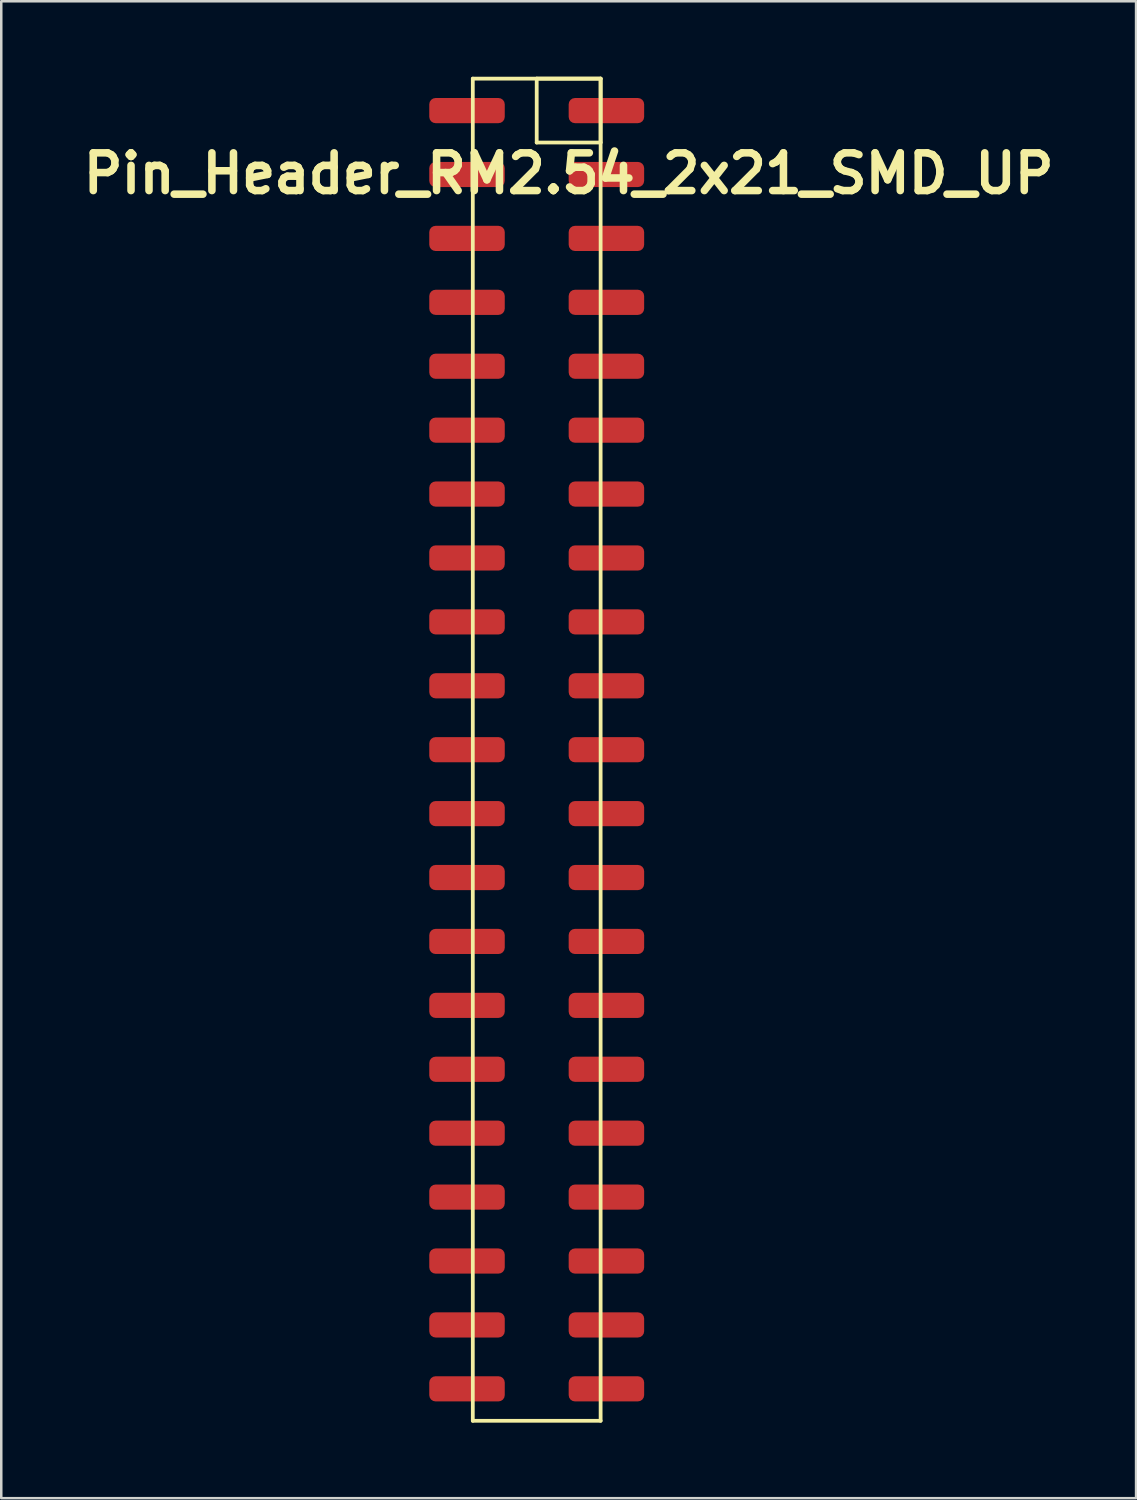
<source format=kicad_pcb>
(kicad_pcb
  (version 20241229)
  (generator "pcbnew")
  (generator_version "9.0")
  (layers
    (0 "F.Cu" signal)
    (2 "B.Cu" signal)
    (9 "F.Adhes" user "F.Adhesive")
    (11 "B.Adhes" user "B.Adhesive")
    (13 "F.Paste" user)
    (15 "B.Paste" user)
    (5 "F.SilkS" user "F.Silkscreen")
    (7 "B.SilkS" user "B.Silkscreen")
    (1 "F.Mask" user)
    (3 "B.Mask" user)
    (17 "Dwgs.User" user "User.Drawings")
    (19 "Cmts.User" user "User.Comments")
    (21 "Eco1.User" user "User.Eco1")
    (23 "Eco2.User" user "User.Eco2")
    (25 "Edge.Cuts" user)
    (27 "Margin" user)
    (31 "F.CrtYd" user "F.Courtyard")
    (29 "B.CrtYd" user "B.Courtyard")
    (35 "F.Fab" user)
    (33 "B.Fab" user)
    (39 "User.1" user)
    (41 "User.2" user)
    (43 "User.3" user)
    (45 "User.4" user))
  (footprint "Pin_Header_RM2.54_2x21_SMD_UP"
    (layer "F.Cu")
    (at 19.55 1.345)
    (property "Reference" "Pin_Header_RM2.54_2x21_SMD_UP" (at 0 2.5 0) (layer "F.SilkS") (effects (font (size 1.5 1.5) (thickness 0.3))))
    (attr through_hole)
    (fp_line (start -3.81 -1.27) (end 1.27 -1.27) (stroke (width 0.15) (type solid)) (layer "F.SilkS"))
    (fp_line (start -3.81 52.07) (end -3.81 -1.27) (stroke (width 0.15) (type solid)) (layer "F.SilkS"))
    (fp_line (start -1.27 -1.27) (end 1.27 -1.27) (stroke (width 0.15) (type solid)) (layer "F.SilkS"))
    (fp_line (start -1.27 1.27) (end -1.27 -1.27) (stroke (width 0.15) (type solid)) (layer "F.SilkS"))
    (fp_line (start 1.27 -1.27) (end 1.27 1.27) (stroke (width 0.15) (type solid)) (layer "F.SilkS"))
    (fp_line (start 1.27 -1.27) (end 1.27 52.07) (stroke (width 0.15) (type solid)) (layer "F.SilkS"))
    (fp_line (start 1.27 1.27) (end -1.27 1.27) (stroke (width 0.15) (type solid)) (layer "F.SilkS"))
    (fp_line (start 1.27 52.07) (end -3.81 52.07) (stroke (width 0.15) (type solid)) (layer "F.SilkS"))
    (pad "1" smd roundrect (at 1.5 0) (size 3 1) (layers "F.Cu" "F.Mask") (roundrect_rratio 0.25))
    (pad "2" smd roundrect (at -4.04 0) (size 3 1) (layers "F.Cu" "F.Mask") (roundrect_rratio 0.25))
    (pad "3" smd roundrect (at 1.5 2.54) (size 3 1) (layers "F.Cu" "F.Mask") (roundrect_rratio 0.25))
    (pad "4" smd roundrect (at -4.04 2.54) (size 3 1) (layers "F.Cu" "F.Mask") (roundrect_rratio 0.25))
    (pad "5" smd roundrect (at 1.5 5.08) (size 3 1) (layers "F.Cu" "F.Mask") (roundrect_rratio 0.25))
    (pad "6" smd roundrect (at -4.04 5.08) (size 3 1) (layers "F.Cu" "F.Mask") (roundrect_rratio 0.25))
    (pad "7" smd roundrect (at 1.5 7.62) (size 3 1) (layers "F.Cu" "F.Mask") (roundrect_rratio 0.25))
    (pad "8" smd roundrect (at -4.04 7.62) (size 3 1) (layers "F.Cu" "F.Mask") (roundrect_rratio 0.25))
    (pad "9" smd roundrect (at 1.5 10.16) (size 3 1) (layers "F.Cu" "F.Mask") (roundrect_rratio 0.25))
    (pad "10" smd roundrect (at -4.04 10.16) (size 3 1) (layers "F.Cu" "F.Mask") (roundrect_rratio 0.25))
    (pad "11" smd roundrect (at 1.5 12.7) (size 3 1) (layers "F.Cu" "F.Mask") (roundrect_rratio 0.25))
    (pad "12" smd roundrect (at -4.04 12.7) (size 3 1) (layers "F.Cu" "F.Mask") (roundrect_rratio 0.25))
    (pad "13" smd roundrect (at 1.5 15.24) (size 3 1) (layers "F.Cu" "F.Mask") (roundrect_rratio 0.25))
    (pad "14" smd roundrect (at -4.04 15.24) (size 3 1) (layers "F.Cu" "F.Mask") (roundrect_rratio 0.25))
    (pad "15" smd roundrect (at 1.5 17.78) (size 3 1) (layers "F.Cu" "F.Mask") (roundrect_rratio 0.25))
    (pad "16" smd roundrect (at -4.04 17.78) (size 3 1) (layers "F.Cu" "F.Mask") (roundrect_rratio 0.25))
    (pad "17" smd roundrect (at 1.5 20.32) (size 3 1) (layers "F.Cu" "F.Mask") (roundrect_rratio 0.25))
    (pad "18" smd roundrect (at -4.04 20.32) (size 3 1) (layers "F.Cu" "F.Mask") (roundrect_rratio 0.25))
    (pad "19" smd roundrect (at 1.5 22.86) (size 3 1) (layers "F.Cu" "F.Mask") (roundrect_rratio 0.25))
    (pad "20" smd roundrect (at -4.04 22.86) (size 3 1) (layers "F.Cu" "F.Mask") (roundrect_rratio 0.25))
    (pad "21" smd roundrect (at 1.5 25.4) (size 3 1) (layers "F.Cu" "F.Mask") (roundrect_rratio 0.25))
    (pad "22" smd roundrect (at -4.04 25.4) (size 3 1) (layers "F.Cu" "F.Mask") (roundrect_rratio 0.25))
    (pad "23" smd roundrect (at 1.5 27.94) (size 3 1) (layers "F.Cu" "F.Mask") (roundrect_rratio 0.25))
    (pad "24" smd roundrect (at -4.04 27.94) (size 3 1) (layers "F.Cu" "F.Mask") (roundrect_rratio 0.25))
    (pad "25" smd roundrect (at 1.5 30.48) (size 3 1) (layers "F.Cu" "F.Mask") (roundrect_rratio 0.25))
    (pad "26" smd roundrect (at -4.04 30.48) (size 3 1) (layers "F.Cu" "F.Mask") (roundrect_rratio 0.25))
    (pad "27" smd roundrect (at 1.5 33.02) (size 3 1) (layers "F.Cu" "F.Mask") (roundrect_rratio 0.25))
    (pad "28" smd roundrect (at -4.04 33.02) (size 3 1) (layers "F.Cu" "F.Mask") (roundrect_rratio 0.25))
    (pad "29" smd roundrect (at 1.5 35.56) (size 3 1) (layers "F.Cu" "F.Mask") (roundrect_rratio 0.25))
    (pad "30" smd roundrect (at -4.04 35.56) (size 3 1) (layers "F.Cu" "F.Mask") (roundrect_rratio 0.25))
    (pad "31" smd roundrect (at 1.5 38.1) (size 3 1) (layers "F.Cu" "F.Mask") (roundrect_rratio 0.25))
    (pad "32" smd roundrect (at -4.04 38.1) (size 3 1) (layers "F.Cu" "F.Mask") (roundrect_rratio 0.25))
    (pad "33" smd roundrect (at 1.5 40.64) (size 3 1) (layers "F.Cu" "F.Mask") (roundrect_rratio 0.25))
    (pad "34" smd roundrect (at -4.04 40.64) (size 3 1) (layers "F.Cu" "F.Mask") (roundrect_rratio 0.25))
    (pad "35" smd roundrect (at 1.5 43.18) (size 3 1) (layers "F.Cu" "F.Mask") (roundrect_rratio 0.25))
    (pad "36" smd roundrect (at -4.04 43.18) (size 3 1) (layers "F.Cu" "F.Mask") (roundrect_rratio 0.25))
    (pad "37" smd roundrect (at 1.5 45.72) (size 3 1) (layers "F.Cu" "F.Mask") (roundrect_rratio 0.25))
    (pad "38" smd roundrect (at -4.04 45.72) (size 3 1) (layers "F.Cu" "F.Mask") (roundrect_rratio 0.25))
    (pad "39" smd roundrect (at 1.5 48.26) (size 3 1) (layers "F.Cu" "F.Mask") (roundrect_rratio 0.25))
    (pad "40" smd roundrect (at -4.04 48.26) (size 3 1) (layers "F.Cu" "F.Mask") (roundrect_rratio 0.25))
    (pad "41" smd roundrect (at 1.5 50.8) (size 3 1) (layers "F.Cu" "F.Mask") (roundrect_rratio 0.25))
    (pad "42" smd roundrect (at -4.04 50.8) (size 3 1) (layers "F.Cu" "F.Mask") (roundrect_rratio 0.25)))
  (gr_rect
    (start -3 -3)
    (end 42.1 56.49)
    (stroke (width 0.1) (type default))
    (fill no)
    (layer "Edge.Cuts")))
</source>
